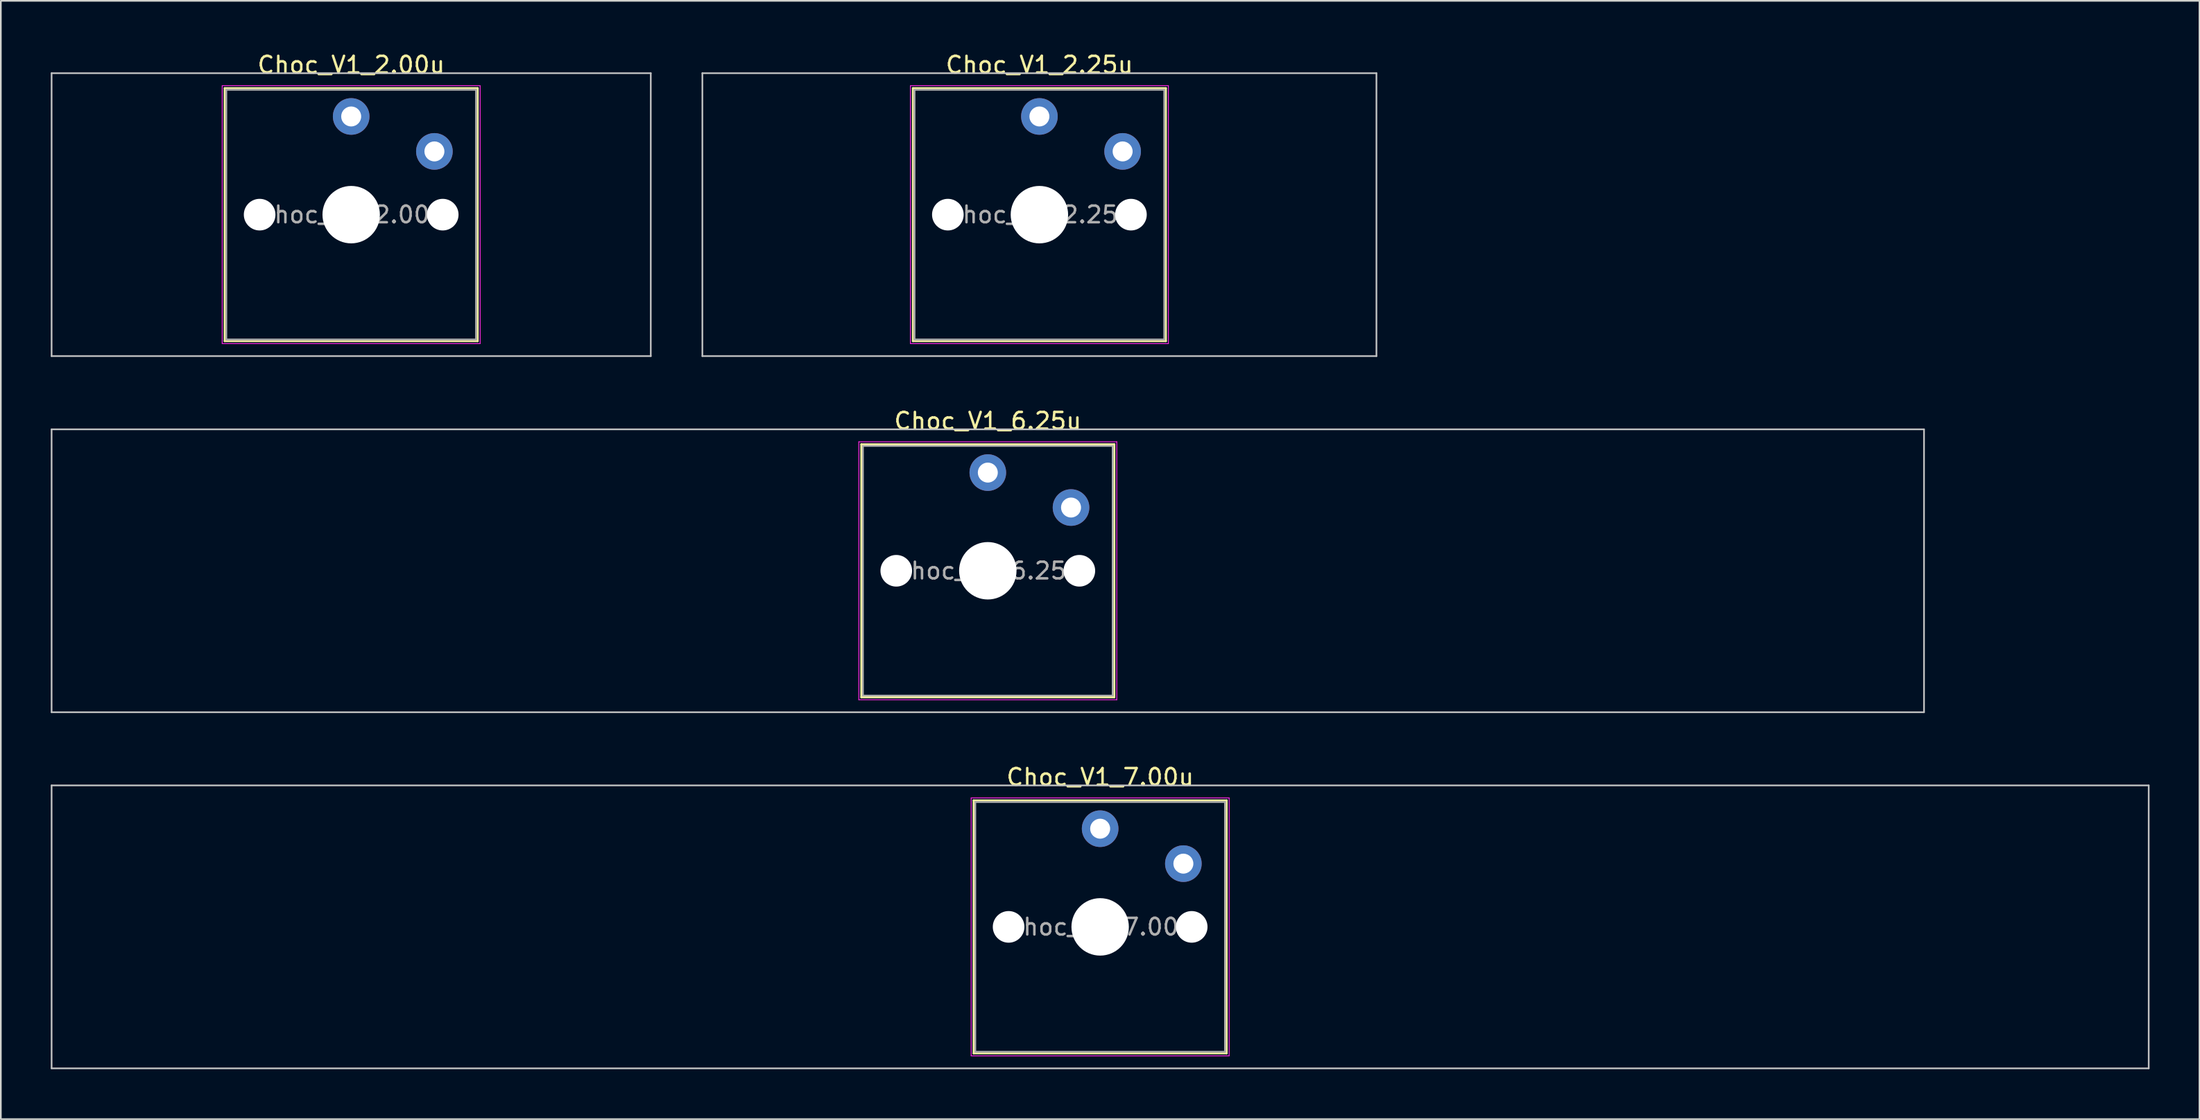
<source format=kicad_pcb>
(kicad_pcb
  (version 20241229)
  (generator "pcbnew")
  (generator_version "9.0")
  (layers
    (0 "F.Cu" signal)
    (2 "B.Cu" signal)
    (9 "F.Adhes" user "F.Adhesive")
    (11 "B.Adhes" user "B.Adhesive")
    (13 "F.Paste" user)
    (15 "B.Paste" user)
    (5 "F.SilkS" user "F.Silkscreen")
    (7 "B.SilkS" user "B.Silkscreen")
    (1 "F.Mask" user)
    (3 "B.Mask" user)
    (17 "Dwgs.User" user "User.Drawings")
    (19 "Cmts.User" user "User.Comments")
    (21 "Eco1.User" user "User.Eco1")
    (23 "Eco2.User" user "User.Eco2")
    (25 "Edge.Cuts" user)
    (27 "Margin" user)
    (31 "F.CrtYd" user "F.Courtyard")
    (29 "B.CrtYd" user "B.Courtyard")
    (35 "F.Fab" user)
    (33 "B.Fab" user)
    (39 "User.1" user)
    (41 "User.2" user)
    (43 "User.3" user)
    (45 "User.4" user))
  (footprint "Choc_V1_2.25u"
    (layer "F.Cu")
    (at 59.4 9.848)
    (property "Reference" "Choc_V1_2.25u" (at 0 -9 0) (layer "F.SilkS") (effects (font (size 1 1) (thickness 0.15))))
    (attr through_hole)
    (fp_line (start -7.6 -7.6) (end -7.6 7.6) (stroke (width 0.12) (type solid)) (layer "F.SilkS"))
    (fp_line (start -7.6 7.6) (end 7.6 7.6) (stroke (width 0.12) (type solid)) (layer "F.SilkS"))
    (fp_line (start 7.6 -7.6) (end -7.6 -7.6) (stroke (width 0.12) (type solid)) (layer "F.SilkS"))
    (fp_line (start 7.6 7.6) (end 7.6 -7.6) (stroke (width 0.12) (type solid)) (layer "F.SilkS"))
    (fp_line (start -20.25 -8.5) (end -20.25 8.5) (stroke (width 0.1) (type solid)) (layer "Dwgs.User"))
    (fp_line (start -20.25 8.5) (end 20.25 8.5) (stroke (width 0.1) (type solid)) (layer "Dwgs.User"))
    (fp_line (start 20.25 -8.5) (end -20.25 -8.5) (stroke (width 0.1) (type solid)) (layer "Dwgs.User"))
    (fp_line (start 20.25 8.5) (end 20.25 -8.5) (stroke (width 0.1) (type solid)) (layer "Dwgs.User"))
    (fp_line (start -7.25 -7.25) (end -7.25 7.25) (stroke (width 0.1) (type solid)) (layer "Eco1.User"))
    (fp_line (start -7.25 7.25) (end 7.25 7.25) (stroke (width 0.1) (type solid)) (layer "Eco1.User"))
    (fp_line (start 7.25 -7.25) (end -7.25 -7.25) (stroke (width 0.1) (type solid)) (layer "Eco1.User"))
    (fp_line (start 7.25 7.25) (end 7.25 -7.25) (stroke (width 0.1) (type solid)) (layer "Eco1.User"))
    (fp_line (start -7.75 -7.75) (end -7.75 7.75) (stroke (width 0.05) (type solid)) (layer "F.CrtYd"))
    (fp_line (start -7.75 7.75) (end 7.75 7.75) (stroke (width 0.05) (type solid)) (layer "F.CrtYd"))
    (fp_line (start 7.75 -7.75) (end -7.75 -7.75) (stroke (width 0.05) (type solid)) (layer "F.CrtYd"))
    (fp_line (start 7.75 7.75) (end 7.75 -7.75) (stroke (width 0.05) (type solid)) (layer "F.CrtYd"))
    (fp_line (start -7.5 -7.5) (end -7.5 7.5) (stroke (width 0.1) (type solid)) (layer "F.Fab"))
    (fp_line (start -7.5 7.5) (end 7.5 7.5) (stroke (width 0.1) (type solid)) (layer "F.Fab"))
    (fp_line (start 7.5 -7.5) (end -7.5 -7.5) (stroke (width 0.1) (type solid)) (layer "F.Fab"))
    (fp_line (start 7.5 7.5) (end 7.5 -7.5) (stroke (width 0.1) (type solid)) (layer "F.Fab"))
    (fp_text user "${REFERENCE}" (at 0 0 0) (layer "F.Fab") (effects (font (size 1 1) (thickness 0.15))))
    (pad "" np_thru_hole circle (at -5.5 0) (size 1.9 1.9) (drill 1.9) (layers "*.Cu" "*.Mask"))
    (pad "" np_thru_hole circle (at 0 0) (size 3.45 3.45) (drill 3.45) (layers "*.Cu" "*.Mask"))
    (pad "" np_thru_hole circle (at 5.5 0) (size 1.9 1.9) (drill 1.9) (layers "*.Cu" "*.Mask"))
    (pad "1" thru_hole circle (at 0 -5.9) (size 2.2 2.2) (drill 1.2) (layers "*.Cu" "*.Mask"))
    (pad "2" thru_hole circle (at 5 -3.8) (size 2.2 2.2) (drill 1.2) (layers "*.Cu" "*.Mask")))
  (footprint "Choc_V1_2.00u"
    (layer "F.Cu")
    (at 18.05 9.848)
    (property "Reference" "Choc_V1_2.00u" (at 0 -9 0) (layer "F.SilkS") (effects (font (size 1 1) (thickness 0.15))))
    (attr through_hole)
    (fp_line (start -7.6 -7.6) (end -7.6 7.6) (stroke (width 0.12) (type solid)) (layer "F.SilkS"))
    (fp_line (start -7.6 7.6) (end 7.6 7.6) (stroke (width 0.12) (type solid)) (layer "F.SilkS"))
    (fp_line (start 7.6 -7.6) (end -7.6 -7.6) (stroke (width 0.12) (type solid)) (layer "F.SilkS"))
    (fp_line (start 7.6 7.6) (end 7.6 -7.6) (stroke (width 0.12) (type solid)) (layer "F.SilkS"))
    (fp_line (start -18 -8.5) (end -18 8.5) (stroke (width 0.1) (type solid)) (layer "Dwgs.User"))
    (fp_line (start -18 8.5) (end 18 8.5) (stroke (width 0.1) (type solid)) (layer "Dwgs.User"))
    (fp_line (start 18 -8.5) (end -18 -8.5) (stroke (width 0.1) (type solid)) (layer "Dwgs.User"))
    (fp_line (start 18 8.5) (end 18 -8.5) (stroke (width 0.1) (type solid)) (layer "Dwgs.User"))
    (fp_line (start -7.25 -7.25) (end -7.25 7.25) (stroke (width 0.1) (type solid)) (layer "Eco1.User"))
    (fp_line (start -7.25 7.25) (end 7.25 7.25) (stroke (width 0.1) (type solid)) (layer "Eco1.User"))
    (fp_line (start 7.25 -7.25) (end -7.25 -7.25) (stroke (width 0.1) (type solid)) (layer "Eco1.User"))
    (fp_line (start 7.25 7.25) (end 7.25 -7.25) (stroke (width 0.1) (type solid)) (layer "Eco1.User"))
    (fp_line (start -7.75 -7.75) (end -7.75 7.75) (stroke (width 0.05) (type solid)) (layer "F.CrtYd"))
    (fp_line (start -7.75 7.75) (end 7.75 7.75) (stroke (width 0.05) (type solid)) (layer "F.CrtYd"))
    (fp_line (start 7.75 -7.75) (end -7.75 -7.75) (stroke (width 0.05) (type solid)) (layer "F.CrtYd"))
    (fp_line (start 7.75 7.75) (end 7.75 -7.75) (stroke (width 0.05) (type solid)) (layer "F.CrtYd"))
    (fp_line (start -7.5 -7.5) (end -7.5 7.5) (stroke (width 0.1) (type solid)) (layer "F.Fab"))
    (fp_line (start -7.5 7.5) (end 7.5 7.5) (stroke (width 0.1) (type solid)) (layer "F.Fab"))
    (fp_line (start 7.5 -7.5) (end -7.5 -7.5) (stroke (width 0.1) (type solid)) (layer "F.Fab"))
    (fp_line (start 7.5 7.5) (end 7.5 -7.5) (stroke (width 0.1) (type solid)) (layer "F.Fab"))
    (fp_text user "${REFERENCE}" (at 0 0 0) (layer "F.Fab") (effects (font (size 1 1) (thickness 0.15))))
    (pad "" np_thru_hole circle (at -5.5 0) (size 1.9 1.9) (drill 1.9) (layers "*.Cu" "*.Mask"))
    (pad "" np_thru_hole circle (at 0 0) (size 3.45 3.45) (drill 3.45) (layers "*.Cu" "*.Mask"))
    (pad "" np_thru_hole circle (at 5.5 0) (size 1.9 1.9) (drill 1.9) (layers "*.Cu" "*.Mask"))
    (pad "1" thru_hole circle (at 0 -5.9) (size 2.2 2.2) (drill 1.2) (layers "*.Cu" "*.Mask"))
    (pad "2" thru_hole circle (at 5 -3.8) (size 2.2 2.2) (drill 1.2) (layers "*.Cu" "*.Mask")))
  (footprint "Choc_V1_7.00u"
    (layer "F.Cu")
    (at 63.05 52.645)
    (property "Reference" "Choc_V1_7.00u" (at 0 -9 0) (layer "F.SilkS") (effects (font (size 1 1) (thickness 0.15))))
    (attr through_hole)
    (fp_line (start -7.6 -7.6) (end -7.6 7.6) (stroke (width 0.12) (type solid)) (layer "F.SilkS"))
    (fp_line (start -7.6 7.6) (end 7.6 7.6) (stroke (width 0.12) (type solid)) (layer "F.SilkS"))
    (fp_line (start 7.6 -7.6) (end -7.6 -7.6) (stroke (width 0.12) (type solid)) (layer "F.SilkS"))
    (fp_line (start 7.6 7.6) (end 7.6 -7.6) (stroke (width 0.12) (type solid)) (layer "F.SilkS"))
    (fp_line (start -63 -8.5) (end -63 8.5) (stroke (width 0.1) (type solid)) (layer "Dwgs.User"))
    (fp_line (start -63 8.5) (end 63 8.5) (stroke (width 0.1) (type solid)) (layer "Dwgs.User"))
    (fp_line (start 63 -8.5) (end -63 -8.5) (stroke (width 0.1) (type solid)) (layer "Dwgs.User"))
    (fp_line (start 63 8.5) (end 63 -8.5) (stroke (width 0.1) (type solid)) (layer "Dwgs.User"))
    (fp_line (start -7.25 -7.25) (end -7.25 7.25) (stroke (width 0.1) (type solid)) (layer "Eco1.User"))
    (fp_line (start -7.25 7.25) (end 7.25 7.25) (stroke (width 0.1) (type solid)) (layer "Eco1.User"))
    (fp_line (start 7.25 -7.25) (end -7.25 -7.25) (stroke (width 0.1) (type solid)) (layer "Eco1.User"))
    (fp_line (start 7.25 7.25) (end 7.25 -7.25) (stroke (width 0.1) (type solid)) (layer "Eco1.User"))
    (fp_line (start -7.75 -7.75) (end -7.75 7.75) (stroke (width 0.05) (type solid)) (layer "F.CrtYd"))
    (fp_line (start -7.75 7.75) (end 7.75 7.75) (stroke (width 0.05) (type solid)) (layer "F.CrtYd"))
    (fp_line (start 7.75 -7.75) (end -7.75 -7.75) (stroke (width 0.05) (type solid)) (layer "F.CrtYd"))
    (fp_line (start 7.75 7.75) (end 7.75 -7.75) (stroke (width 0.05) (type solid)) (layer "F.CrtYd"))
    (fp_line (start -7.5 -7.5) (end -7.5 7.5) (stroke (width 0.1) (type solid)) (layer "F.Fab"))
    (fp_line (start -7.5 7.5) (end 7.5 7.5) (stroke (width 0.1) (type solid)) (layer "F.Fab"))
    (fp_line (start 7.5 -7.5) (end -7.5 -7.5) (stroke (width 0.1) (type solid)) (layer "F.Fab"))
    (fp_line (start 7.5 7.5) (end 7.5 -7.5) (stroke (width 0.1) (type solid)) (layer "F.Fab"))
    (fp_text user "${REFERENCE}" (at 0 0 0) (layer "F.Fab") (effects (font (size 1 1) (thickness 0.15))))
    (pad "" np_thru_hole circle (at -5.5 0) (size 1.9 1.9) (drill 1.9) (layers "*.Cu" "*.Mask"))
    (pad "" np_thru_hole circle (at 0 0) (size 3.45 3.45) (drill 3.45) (layers "*.Cu" "*.Mask"))
    (pad "" np_thru_hole circle (at 5.5 0) (size 1.9 1.9) (drill 1.9) (layers "*.Cu" "*.Mask"))
    (pad "1" thru_hole circle (at 0 -5.9) (size 2.2 2.2) (drill 1.2) (layers "*.Cu" "*.Mask"))
    (pad "2" thru_hole circle (at 5 -3.8) (size 2.2 2.2) (drill 1.2) (layers "*.Cu" "*.Mask")))
  (footprint "Choc_V1_6.25u"
    (layer "F.Cu")
    (at 56.3 31.247)
    (property "Reference" "Choc_V1_6.25u" (at 0 -9 0) (layer "F.SilkS") (effects (font (size 1 1) (thickness 0.15))))
    (attr through_hole)
    (fp_line (start -7.6 -7.6) (end -7.6 7.6) (stroke (width 0.12) (type solid)) (layer "F.SilkS"))
    (fp_line (start -7.6 7.6) (end 7.6 7.6) (stroke (width 0.12) (type solid)) (layer "F.SilkS"))
    (fp_line (start 7.6 -7.6) (end -7.6 -7.6) (stroke (width 0.12) (type solid)) (layer "F.SilkS"))
    (fp_line (start 7.6 7.6) (end 7.6 -7.6) (stroke (width 0.12) (type solid)) (layer "F.SilkS"))
    (fp_line (start -56.25 -8.5) (end -56.25 8.5) (stroke (width 0.1) (type solid)) (layer "Dwgs.User"))
    (fp_line (start -56.25 8.5) (end 56.25 8.5) (stroke (width 0.1) (type solid)) (layer "Dwgs.User"))
    (fp_line (start 56.25 -8.5) (end -56.25 -8.5) (stroke (width 0.1) (type solid)) (layer "Dwgs.User"))
    (fp_line (start 56.25 8.5) (end 56.25 -8.5) (stroke (width 0.1) (type solid)) (layer "Dwgs.User"))
    (fp_line (start -7.25 -7.25) (end -7.25 7.25) (stroke (width 0.1) (type solid)) (layer "Eco1.User"))
    (fp_line (start -7.25 7.25) (end 7.25 7.25) (stroke (width 0.1) (type solid)) (layer "Eco1.User"))
    (fp_line (start 7.25 -7.25) (end -7.25 -7.25) (stroke (width 0.1) (type solid)) (layer "Eco1.User"))
    (fp_line (start 7.25 7.25) (end 7.25 -7.25) (stroke (width 0.1) (type solid)) (layer "Eco1.User"))
    (fp_line (start -7.75 -7.75) (end -7.75 7.75) (stroke (width 0.05) (type solid)) (layer "F.CrtYd"))
    (fp_line (start -7.75 7.75) (end 7.75 7.75) (stroke (width 0.05) (type solid)) (layer "F.CrtYd"))
    (fp_line (start 7.75 -7.75) (end -7.75 -7.75) (stroke (width 0.05) (type solid)) (layer "F.CrtYd"))
    (fp_line (start 7.75 7.75) (end 7.75 -7.75) (stroke (width 0.05) (type solid)) (layer "F.CrtYd"))
    (fp_line (start -7.5 -7.5) (end -7.5 7.5) (stroke (width 0.1) (type solid)) (layer "F.Fab"))
    (fp_line (start -7.5 7.5) (end 7.5 7.5) (stroke (width 0.1) (type solid)) (layer "F.Fab"))
    (fp_line (start 7.5 -7.5) (end -7.5 -7.5) (stroke (width 0.1) (type solid)) (layer "F.Fab"))
    (fp_line (start 7.5 7.5) (end 7.5 -7.5) (stroke (width 0.1) (type solid)) (layer "F.Fab"))
    (fp_text user "${REFERENCE}" (at 0 0 0) (layer "F.Fab") (effects (font (size 1 1) (thickness 0.15))))
    (pad "" np_thru_hole circle (at -5.5 0) (size 1.9 1.9) (drill 1.9) (layers "*.Cu" "*.Mask"))
    (pad "" np_thru_hole circle (at 0 0) (size 3.45 3.45) (drill 3.45) (layers "*.Cu" "*.Mask"))
    (pad "" np_thru_hole circle (at 5.5 0) (size 1.9 1.9) (drill 1.9) (layers "*.Cu" "*.Mask"))
    (pad "1" thru_hole circle (at 0 -5.9) (size 2.2 2.2) (drill 1.2) (layers "*.Cu" "*.Mask"))
    (pad "2" thru_hole circle (at 5 -3.8) (size 2.2 2.2) (drill 1.2) (layers "*.Cu" "*.Mask")))
  (gr_rect
    (start -3 -3)
    (end 129.1 64.195)
    (stroke (width 0.1) (type default))
    (fill no)
    (layer "Edge.Cuts")))
</source>
